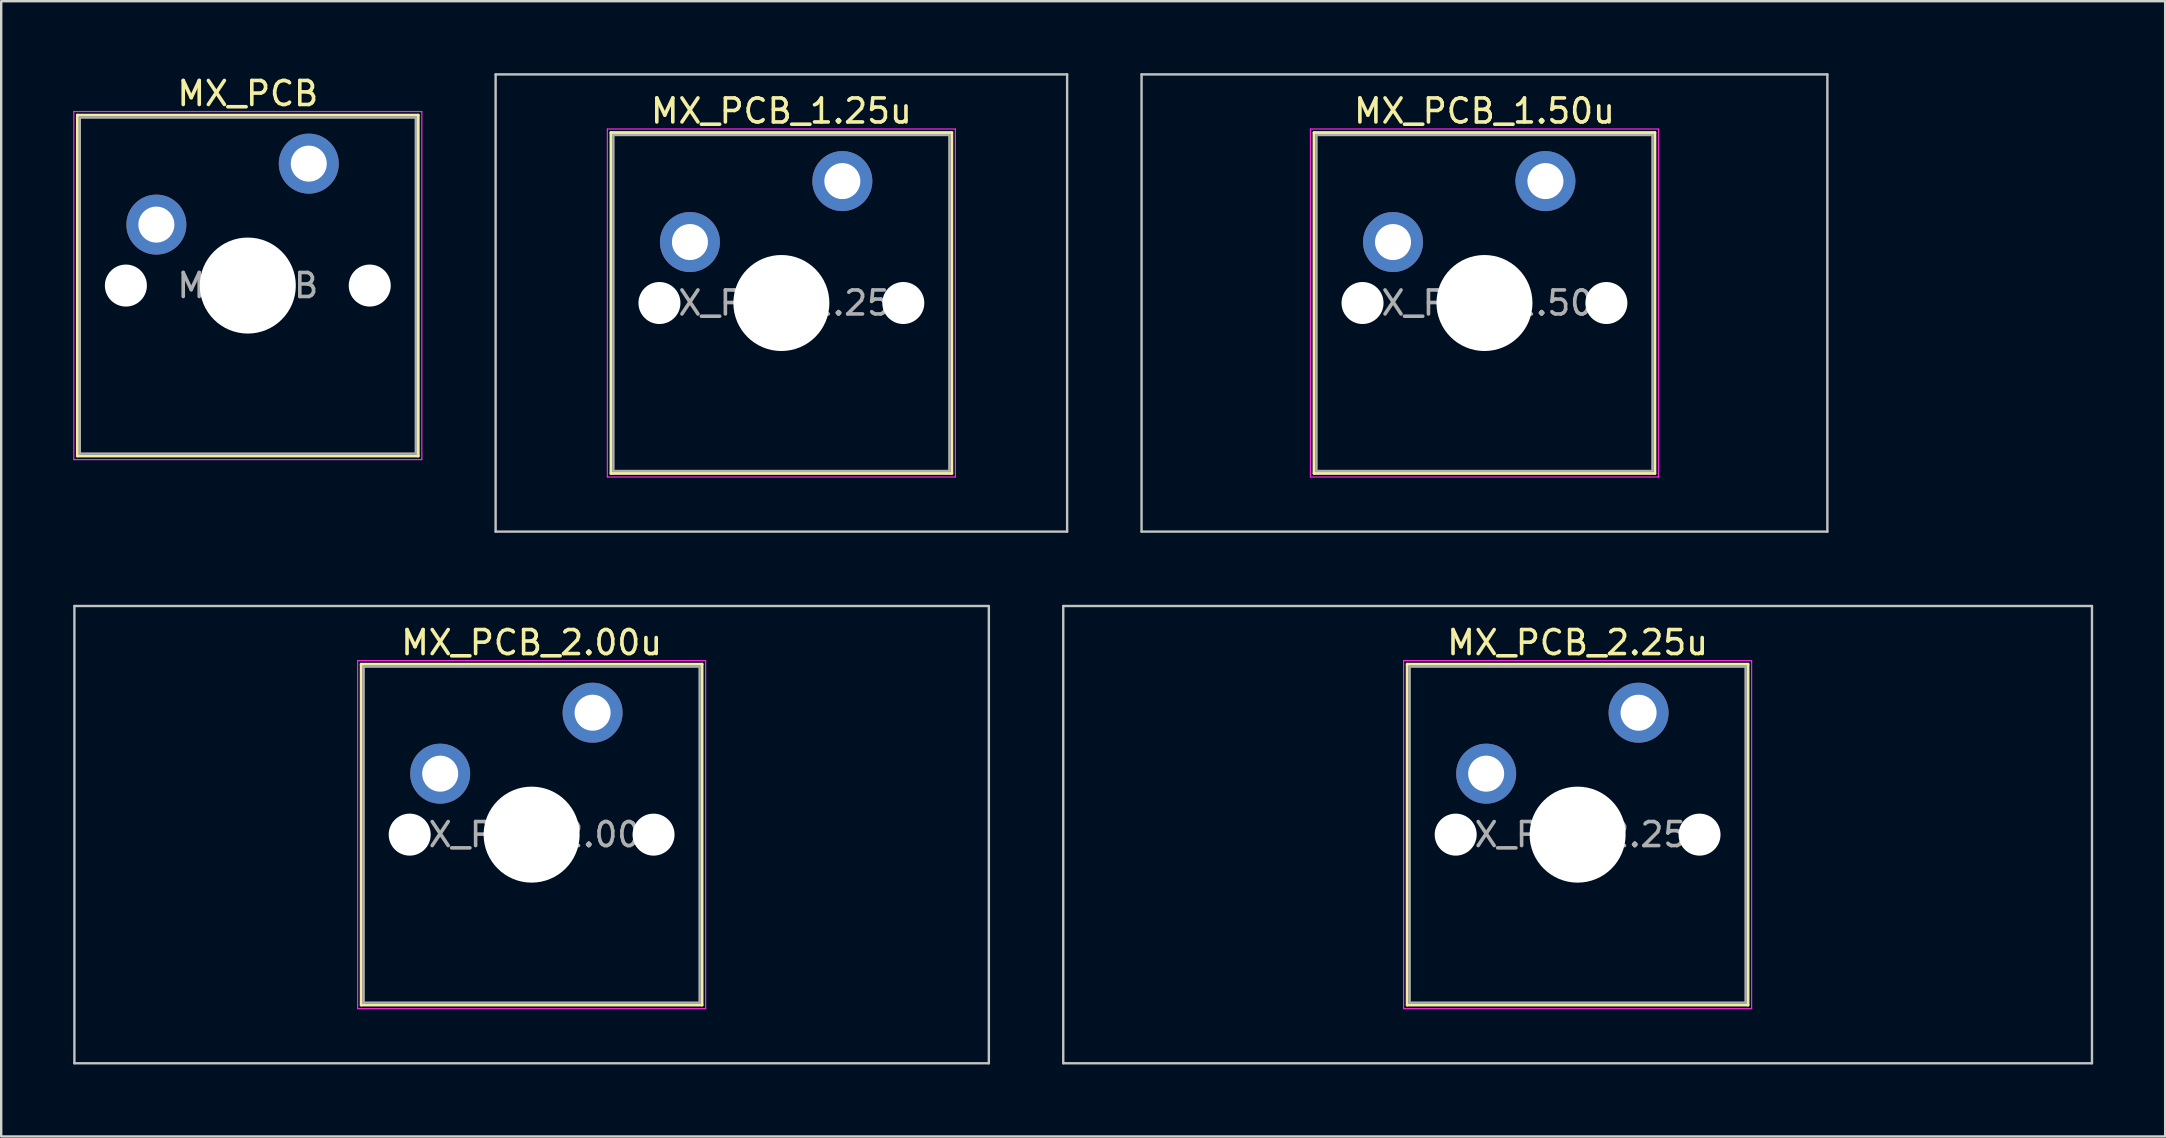
<source format=kicad_pcb>
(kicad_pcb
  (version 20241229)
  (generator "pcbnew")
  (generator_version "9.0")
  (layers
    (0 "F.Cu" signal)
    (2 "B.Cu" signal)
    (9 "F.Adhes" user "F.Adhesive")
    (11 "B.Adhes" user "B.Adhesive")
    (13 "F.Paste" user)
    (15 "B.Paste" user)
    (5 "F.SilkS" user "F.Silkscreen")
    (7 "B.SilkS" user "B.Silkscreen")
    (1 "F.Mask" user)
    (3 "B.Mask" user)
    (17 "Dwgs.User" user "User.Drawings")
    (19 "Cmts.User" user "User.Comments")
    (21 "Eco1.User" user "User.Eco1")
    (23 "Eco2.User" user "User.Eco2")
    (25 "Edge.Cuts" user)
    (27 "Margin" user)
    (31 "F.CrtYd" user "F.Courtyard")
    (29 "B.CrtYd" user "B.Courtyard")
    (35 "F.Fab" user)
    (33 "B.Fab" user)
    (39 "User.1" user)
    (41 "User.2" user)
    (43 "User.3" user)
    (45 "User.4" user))
  (footprint "MX_PCB_2.00u"
    (layer "F.Cu")
    (at 19.1 31.725)
    (property "Reference" "MX_PCB_2.00u" (at 0 -8 0) (layer "F.SilkS") (effects (font (size 1 1) (thickness 0.15))))
    (attr through_hole)
    (fp_line (start -7.1 -7.1) (end -7.1 7.1) (stroke (width 0.12) (type solid)) (layer "F.SilkS"))
    (fp_line (start -7.1 7.1) (end 7.1 7.1) (stroke (width 0.12) (type solid)) (layer "F.SilkS"))
    (fp_line (start 7.1 -7.1) (end -7.1 -7.1) (stroke (width 0.12) (type solid)) (layer "F.SilkS"))
    (fp_line (start 7.1 7.1) (end 7.1 -7.1) (stroke (width 0.12) (type solid)) (layer "F.SilkS"))
    (fp_line (start -19.05 -9.525) (end -19.05 9.525) (stroke (width 0.1) (type solid)) (layer "Dwgs.User"))
    (fp_line (start -19.05 9.525) (end 19.05 9.525) (stroke (width 0.1) (type solid)) (layer "Dwgs.User"))
    (fp_line (start 19.05 -9.525) (end -19.05 -9.525) (stroke (width 0.1) (type solid)) (layer "Dwgs.User"))
    (fp_line (start 19.05 9.525) (end 19.05 -9.525) (stroke (width 0.1) (type solid)) (layer "Dwgs.User"))
    (fp_line (start -7 -7) (end -7 7) (stroke (width 0.1) (type solid)) (layer "Eco1.User"))
    (fp_line (start -7 7) (end 7 7) (stroke (width 0.1) (type solid)) (layer "Eco1.User"))
    (fp_line (start 7 -7) (end -7 -7) (stroke (width 0.1) (type solid)) (layer "Eco1.User"))
    (fp_line (start 7 7) (end 7 -7) (stroke (width 0.1) (type solid)) (layer "Eco1.User"))
    (fp_line (start -7.25 -7.25) (end -7.25 7.25) (stroke (width 0.05) (type solid)) (layer "F.CrtYd"))
    (fp_line (start -7.25 7.25) (end 7.25 7.25) (stroke (width 0.05) (type solid)) (layer "F.CrtYd"))
    (fp_line (start 7.25 -7.25) (end -7.25 -7.25) (stroke (width 0.05) (type solid)) (layer "F.CrtYd"))
    (fp_line (start 7.25 7.25) (end 7.25 -7.25) (stroke (width 0.05) (type solid)) (layer "F.CrtYd"))
    (fp_line (start -7 -7) (end -7 7) (stroke (width 0.1) (type solid)) (layer "F.Fab"))
    (fp_line (start -7 7) (end 7 7) (stroke (width 0.1) (type solid)) (layer "F.Fab"))
    (fp_line (start 7 -7) (end -7 -7) (stroke (width 0.1) (type solid)) (layer "F.Fab"))
    (fp_line (start 7 7) (end 7 -7) (stroke (width 0.1) (type solid)) (layer "F.Fab"))
    (fp_text user "${REFERENCE}" (at 0 0 0) (layer "F.Fab") (effects (font (size 1 1) (thickness 0.15))))
    (pad "" np_thru_hole circle (at -5.08 0) (size 1.75 1.75) (drill 1.75) (layers "*.Cu" "*.Mask"))
    (pad "" np_thru_hole circle (at 0 0) (size 4 4) (drill 4) (layers "*.Cu" "*.Mask"))
    (pad "" np_thru_hole circle (at 5.08 0) (size 1.75 1.75) (drill 1.75) (layers "*.Cu" "*.Mask"))
    (pad "1" thru_hole circle (at -3.81 -2.54) (size 2.5 2.5) (drill 1.5) (layers "*.Cu" "*.Mask"))
    (pad "2" thru_hole circle (at 2.54 -5.08) (size 2.5 2.5) (drill 1.5) (layers "*.Cu" "*.Mask")))
  (footprint "MX_PCB_1.25u"
    (layer "F.Cu")
    (at 29.506 9.575)
    (property "Reference" "MX_PCB_1.25u" (at 0 -8 0) (layer "F.SilkS") (effects (font (size 1 1) (thickness 0.15))))
    (attr through_hole)
    (fp_line (start -7.1 -7.1) (end -7.1 7.1) (stroke (width 0.12) (type solid)) (layer "F.SilkS"))
    (fp_line (start -7.1 7.1) (end 7.1 7.1) (stroke (width 0.12) (type solid)) (layer "F.SilkS"))
    (fp_line (start 7.1 -7.1) (end -7.1 -7.1) (stroke (width 0.12) (type solid)) (layer "F.SilkS"))
    (fp_line (start 7.1 7.1) (end 7.1 -7.1) (stroke (width 0.12) (type solid)) (layer "F.SilkS"))
    (fp_line (start -11.906 -9.525) (end -11.906 9.525) (stroke (width 0.1) (type solid)) (layer "Dwgs.User"))
    (fp_line (start -11.906 9.525) (end 11.906 9.525) (stroke (width 0.1) (type solid)) (layer "Dwgs.User"))
    (fp_line (start 11.906 -9.525) (end -11.906 -9.525) (stroke (width 0.1) (type solid)) (layer "Dwgs.User"))
    (fp_line (start 11.906 9.525) (end 11.906 -9.525) (stroke (width 0.1) (type solid)) (layer "Dwgs.User"))
    (fp_line (start -7 -7) (end -7 7) (stroke (width 0.1) (type solid)) (layer "Eco1.User"))
    (fp_line (start -7 7) (end 7 7) (stroke (width 0.1) (type solid)) (layer "Eco1.User"))
    (fp_line (start 7 -7) (end -7 -7) (stroke (width 0.1) (type solid)) (layer "Eco1.User"))
    (fp_line (start 7 7) (end 7 -7) (stroke (width 0.1) (type solid)) (layer "Eco1.User"))
    (fp_line (start -7.25 -7.25) (end -7.25 7.25) (stroke (width 0.05) (type solid)) (layer "F.CrtYd"))
    (fp_line (start -7.25 7.25) (end 7.25 7.25) (stroke (width 0.05) (type solid)) (layer "F.CrtYd"))
    (fp_line (start 7.25 -7.25) (end -7.25 -7.25) (stroke (width 0.05) (type solid)) (layer "F.CrtYd"))
    (fp_line (start 7.25 7.25) (end 7.25 -7.25) (stroke (width 0.05) (type solid)) (layer "F.CrtYd"))
    (fp_line (start -7 -7) (end -7 7) (stroke (width 0.1) (type solid)) (layer "F.Fab"))
    (fp_line (start -7 7) (end 7 7) (stroke (width 0.1) (type solid)) (layer "F.Fab"))
    (fp_line (start 7 -7) (end -7 -7) (stroke (width 0.1) (type solid)) (layer "F.Fab"))
    (fp_line (start 7 7) (end 7 -7) (stroke (width 0.1) (type solid)) (layer "F.Fab"))
    (fp_text user "${REFERENCE}" (at 0 0 0) (layer "F.Fab") (effects (font (size 1 1) (thickness 0.15))))
    (pad "" np_thru_hole circle (at -5.08 0) (size 1.75 1.75) (drill 1.75) (layers "*.Cu" "*.Mask"))
    (pad "" np_thru_hole circle (at 0 0) (size 4 4) (drill 4) (layers "*.Cu" "*.Mask"))
    (pad "" np_thru_hole circle (at 5.08 0) (size 1.75 1.75) (drill 1.75) (layers "*.Cu" "*.Mask"))
    (pad "1" thru_hole circle (at -3.81 -2.54) (size 2.5 2.5) (drill 1.5) (layers "*.Cu" "*.Mask"))
    (pad "2" thru_hole circle (at 2.54 -5.08) (size 2.5 2.5) (drill 1.5) (layers "*.Cu" "*.Mask")))
  (footprint "MX_PCB_1.50u"
    (layer "F.Cu")
    (at 58.8 9.575)
    (property "Reference" "MX_PCB_1.50u" (at 0 -8 0) (layer "F.SilkS") (effects (font (size 1 1) (thickness 0.15))))
    (attr through_hole)
    (fp_line (start -7.1 -7.1) (end -7.1 7.1) (stroke (width 0.12) (type solid)) (layer "F.SilkS"))
    (fp_line (start -7.1 7.1) (end 7.1 7.1) (stroke (width 0.12) (type solid)) (layer "F.SilkS"))
    (fp_line (start 7.1 -7.1) (end -7.1 -7.1) (stroke (width 0.12) (type solid)) (layer "F.SilkS"))
    (fp_line (start 7.1 7.1) (end 7.1 -7.1) (stroke (width 0.12) (type solid)) (layer "F.SilkS"))
    (fp_line (start -14.287 -9.525) (end -14.287 9.525) (stroke (width 0.1) (type solid)) (layer "Dwgs.User"))
    (fp_line (start -14.287 9.525) (end 14.287 9.525) (stroke (width 0.1) (type solid)) (layer "Dwgs.User"))
    (fp_line (start 14.287 -9.525) (end -14.287 -9.525) (stroke (width 0.1) (type solid)) (layer "Dwgs.User"))
    (fp_line (start 14.287 9.525) (end 14.287 -9.525) (stroke (width 0.1) (type solid)) (layer "Dwgs.User"))
    (fp_line (start -7 -7) (end -7 7) (stroke (width 0.1) (type solid)) (layer "Eco1.User"))
    (fp_line (start -7 7) (end 7 7) (stroke (width 0.1) (type solid)) (layer "Eco1.User"))
    (fp_line (start 7 -7) (end -7 -7) (stroke (width 0.1) (type solid)) (layer "Eco1.User"))
    (fp_line (start 7 7) (end 7 -7) (stroke (width 0.1) (type solid)) (layer "Eco1.User"))
    (fp_line (start -7.25 -7.25) (end -7.25 7.25) (stroke (width 0.05) (type solid)) (layer "F.CrtYd"))
    (fp_line (start -7.25 7.25) (end 7.25 7.25) (stroke (width 0.05) (type solid)) (layer "F.CrtYd"))
    (fp_line (start 7.25 -7.25) (end -7.25 -7.25) (stroke (width 0.05) (type solid)) (layer "F.CrtYd"))
    (fp_line (start 7.25 7.25) (end 7.25 -7.25) (stroke (width 0.05) (type solid)) (layer "F.CrtYd"))
    (fp_line (start -7 -7) (end -7 7) (stroke (width 0.1) (type solid)) (layer "F.Fab"))
    (fp_line (start -7 7) (end 7 7) (stroke (width 0.1) (type solid)) (layer "F.Fab"))
    (fp_line (start 7 -7) (end -7 -7) (stroke (width 0.1) (type solid)) (layer "F.Fab"))
    (fp_line (start 7 7) (end 7 -7) (stroke (width 0.1) (type solid)) (layer "F.Fab"))
    (fp_text user "${REFERENCE}" (at 0 0 0) (layer "F.Fab") (effects (font (size 1 1) (thickness 0.15))))
    (pad "" np_thru_hole circle (at -5.08 0) (size 1.75 1.75) (drill 1.75) (layers "*.Cu" "*.Mask"))
    (pad "" np_thru_hole circle (at 0 0) (size 4 4) (drill 4) (layers "*.Cu" "*.Mask"))
    (pad "" np_thru_hole circle (at 5.08 0) (size 1.75 1.75) (drill 1.75) (layers "*.Cu" "*.Mask"))
    (pad "1" thru_hole circle (at -3.81 -2.54) (size 2.5 2.5) (drill 1.5) (layers "*.Cu" "*.Mask"))
    (pad "2" thru_hole circle (at 2.54 -5.08) (size 2.5 2.5) (drill 1.5) (layers "*.Cu" "*.Mask")))
  (footprint "MX_PCB"
    (layer "F.Cu")
    (at 7.275 8.848)
    (property "Reference" "MX_PCB" (at 0 -8 0) (layer "F.SilkS") (effects (font (size 1 1) (thickness 0.15))))
    (attr through_hole)
    (fp_line (start -7.1 -7.1) (end -7.1 7.1) (stroke (width 0.12) (type solid)) (layer "F.SilkS"))
    (fp_line (start -7.1 7.1) (end 7.1 7.1) (stroke (width 0.12) (type solid)) (layer "F.SilkS"))
    (fp_line (start 7.1 -7.1) (end -7.1 -7.1) (stroke (width 0.12) (type solid)) (layer "F.SilkS"))
    (fp_line (start 7.1 7.1) (end 7.1 -7.1) (stroke (width 0.12) (type solid)) (layer "F.SilkS"))
    (fp_line (start -7 -7) (end -7 7) (stroke (width 0.1) (type solid)) (layer "Eco1.User"))
    (fp_line (start -7 7) (end 7 7) (stroke (width 0.1) (type solid)) (layer "Eco1.User"))
    (fp_line (start 7 -7) (end -7 -7) (stroke (width 0.1) (type solid)) (layer "Eco1.User"))
    (fp_line (start 7 7) (end 7 -7) (stroke (width 0.1) (type solid)) (layer "Eco1.User"))
    (fp_line (start -7.25 -7.25) (end -7.25 7.25) (stroke (width 0.05) (type solid)) (layer "F.CrtYd"))
    (fp_line (start -7.25 7.25) (end 7.25 7.25) (stroke (width 0.05) (type solid)) (layer "F.CrtYd"))
    (fp_line (start 7.25 -7.25) (end -7.25 -7.25) (stroke (width 0.05) (type solid)) (layer "F.CrtYd"))
    (fp_line (start 7.25 7.25) (end 7.25 -7.25) (stroke (width 0.05) (type solid)) (layer "F.CrtYd"))
    (fp_line (start -7 -7) (end -7 7) (stroke (width 0.1) (type solid)) (layer "F.Fab"))
    (fp_line (start -7 7) (end 7 7) (stroke (width 0.1) (type solid)) (layer "F.Fab"))
    (fp_line (start 7 -7) (end -7 -7) (stroke (width 0.1) (type solid)) (layer "F.Fab"))
    (fp_line (start 7 7) (end 7 -7) (stroke (width 0.1) (type solid)) (layer "F.Fab"))
    (fp_text user "${REFERENCE}" (at 0 0 0) (layer "F.Fab") (effects (font (size 1 1) (thickness 0.15))))
    (pad "" np_thru_hole circle (at -5.08 0) (size 1.75 1.75) (drill 1.75) (layers "*.Cu" "*.Mask"))
    (pad "" np_thru_hole circle (at 0 0) (size 4 4) (drill 4) (layers "*.Cu" "*.Mask"))
    (pad "" np_thru_hole circle (at 5.08 0) (size 1.75 1.75) (drill 1.75) (layers "*.Cu" "*.Mask"))
    (pad "1" thru_hole circle (at -3.81 -2.54) (size 2.5 2.5) (drill 1.5) (layers "*.Cu" "*.Mask"))
    (pad "2" thru_hole circle (at 2.54 -5.08) (size 2.5 2.5) (drill 1.5) (layers "*.Cu" "*.Mask")))
  (footprint "MX_PCB_2.25u"
    (layer "F.Cu")
    (at 62.681 31.725)
    (property "Reference" "MX_PCB_2.25u" (at 0 -8 0) (layer "F.SilkS") (effects (font (size 1 1) (thickness 0.15))))
    (attr through_hole)
    (fp_line (start -7.1 -7.1) (end -7.1 7.1) (stroke (width 0.12) (type solid)) (layer "F.SilkS"))
    (fp_line (start -7.1 7.1) (end 7.1 7.1) (stroke (width 0.12) (type solid)) (layer "F.SilkS"))
    (fp_line (start 7.1 -7.1) (end -7.1 -7.1) (stroke (width 0.12) (type solid)) (layer "F.SilkS"))
    (fp_line (start 7.1 7.1) (end 7.1 -7.1) (stroke (width 0.12) (type solid)) (layer "F.SilkS"))
    (fp_line (start -21.431 -9.525) (end -21.431 9.525) (stroke (width 0.1) (type solid)) (layer "Dwgs.User"))
    (fp_line (start -21.431 9.525) (end 21.431 9.525) (stroke (width 0.1) (type solid)) (layer "Dwgs.User"))
    (fp_line (start 21.431 -9.525) (end -21.431 -9.525) (stroke (width 0.1) (type solid)) (layer "Dwgs.User"))
    (fp_line (start 21.431 9.525) (end 21.431 -9.525) (stroke (width 0.1) (type solid)) (layer "Dwgs.User"))
    (fp_line (start -7 -7) (end -7 7) (stroke (width 0.1) (type solid)) (layer "Eco1.User"))
    (fp_line (start -7 7) (end 7 7) (stroke (width 0.1) (type solid)) (layer "Eco1.User"))
    (fp_line (start 7 -7) (end -7 -7) (stroke (width 0.1) (type solid)) (layer "Eco1.User"))
    (fp_line (start 7 7) (end 7 -7) (stroke (width 0.1) (type solid)) (layer "Eco1.User"))
    (fp_line (start -7.25 -7.25) (end -7.25 7.25) (stroke (width 0.05) (type solid)) (layer "F.CrtYd"))
    (fp_line (start -7.25 7.25) (end 7.25 7.25) (stroke (width 0.05) (type solid)) (layer "F.CrtYd"))
    (fp_line (start 7.25 -7.25) (end -7.25 -7.25) (stroke (width 0.05) (type solid)) (layer "F.CrtYd"))
    (fp_line (start 7.25 7.25) (end 7.25 -7.25) (stroke (width 0.05) (type solid)) (layer "F.CrtYd"))
    (fp_line (start -7 -7) (end -7 7) (stroke (width 0.1) (type solid)) (layer "F.Fab"))
    (fp_line (start -7 7) (end 7 7) (stroke (width 0.1) (type solid)) (layer "F.Fab"))
    (fp_line (start 7 -7) (end -7 -7) (stroke (width 0.1) (type solid)) (layer "F.Fab"))
    (fp_line (start 7 7) (end 7 -7) (stroke (width 0.1) (type solid)) (layer "F.Fab"))
    (fp_text user "${REFERENCE}" (at 0 0 0) (layer "F.Fab") (effects (font (size 1 1) (thickness 0.15))))
    (pad "" np_thru_hole circle (at -5.08 0) (size 1.75 1.75) (drill 1.75) (layers "*.Cu" "*.Mask"))
    (pad "" np_thru_hole circle (at 0 0) (size 4 4) (drill 4) (layers "*.Cu" "*.Mask"))
    (pad "" np_thru_hole circle (at 5.08 0) (size 1.75 1.75) (drill 1.75) (layers "*.Cu" "*.Mask"))
    (pad "1" thru_hole circle (at -3.81 -2.54) (size 2.5 2.5) (drill 1.5) (layers "*.Cu" "*.Mask"))
    (pad "2" thru_hole circle (at 2.54 -5.08) (size 2.5 2.5) (drill 1.5) (layers "*.Cu" "*.Mask")))
  (gr_rect
    (start -3 -3)
    (end 87.162 44.3)
    (stroke (width 0.1) (type default))
    (fill no)
    (layer "Edge.Cuts")))
</source>
